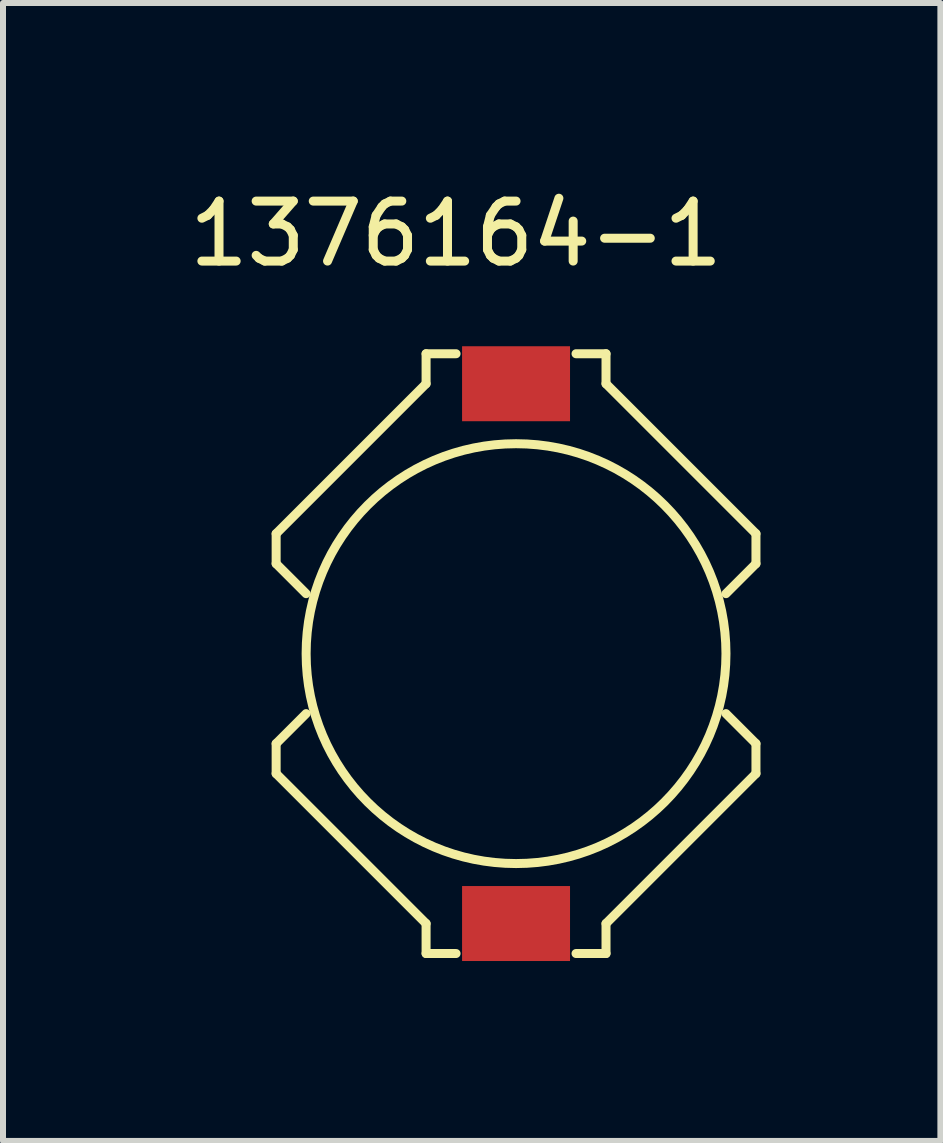
<source format=kicad_pcb>
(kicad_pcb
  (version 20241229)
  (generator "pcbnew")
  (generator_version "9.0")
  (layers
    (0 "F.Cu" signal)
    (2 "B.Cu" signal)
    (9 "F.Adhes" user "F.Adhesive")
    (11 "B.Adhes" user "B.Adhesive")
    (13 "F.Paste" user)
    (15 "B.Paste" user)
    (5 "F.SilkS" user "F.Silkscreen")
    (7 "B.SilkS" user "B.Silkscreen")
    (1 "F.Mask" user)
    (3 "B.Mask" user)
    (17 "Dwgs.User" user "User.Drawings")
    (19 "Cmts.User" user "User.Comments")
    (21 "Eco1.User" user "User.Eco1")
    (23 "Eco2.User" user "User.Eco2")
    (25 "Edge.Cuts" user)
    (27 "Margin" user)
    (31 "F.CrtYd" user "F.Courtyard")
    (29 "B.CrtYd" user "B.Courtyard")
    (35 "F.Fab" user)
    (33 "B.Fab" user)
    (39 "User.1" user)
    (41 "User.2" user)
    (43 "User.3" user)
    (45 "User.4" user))
  (footprint "1376164-1"
    (layer "F.Cu")
    (at 4.554 0.348)
    (property "Reference" "1376164-1" (at 0 0.5 0) (layer "F.SilkS") (effects (font (size 1 1) (thickness 0.15))))
    (attr through_hole)
    (fp_line (start -3 5.5) (end -3 6) (stroke (width 0.15) (type solid)) (layer "F.SilkS"))
    (fp_line (start -3 6) (end -2.5 6.5) (stroke (width 0.15) (type solid)) (layer "F.SilkS"))
    (fp_line (start -3 9) (end -2.5 8.5) (stroke (width 0.15) (type solid)) (layer "F.SilkS"))
    (fp_line (start -3 9.5) (end -3 9) (stroke (width 0.15) (type solid)) (layer "F.SilkS"))
    (fp_line (start -0.5 2.5) (end -0.5 3) (stroke (width 0.15) (type solid)) (layer "F.SilkS"))
    (fp_line (start -0.5 2.5) (end 0 2.5) (stroke (width 0.15) (type solid)) (layer "F.SilkS"))
    (fp_line (start -0.5 3) (end -3 5.5) (stroke (width 0.15) (type solid)) (layer "F.SilkS"))
    (fp_line (start -0.5 12) (end -3 9.5) (stroke (width 0.15) (type solid)) (layer "F.SilkS"))
    (fp_line (start -0.5 12.5) (end -0.5 12) (stroke (width 0.15) (type solid)) (layer "F.SilkS"))
    (fp_line (start -0.5 12.5) (end 0 12.5) (stroke (width 0.15) (type solid)) (layer "F.SilkS"))
    (fp_line (start 2.5 2.5) (end 2 2.5) (stroke (width 0.15) (type solid)) (layer "F.SilkS"))
    (fp_line (start 2.5 3) (end 2.5 2.5) (stroke (width 0.15) (type solid)) (layer "F.SilkS"))
    (fp_line (start 2.5 12) (end 2.5 12.5) (stroke (width 0.15) (type solid)) (layer "F.SilkS"))
    (fp_line (start 2.5 12) (end 5 9.5) (stroke (width 0.15) (type solid)) (layer "F.SilkS"))
    (fp_line (start 2.5 12.5) (end 2 12.5) (stroke (width 0.15) (type solid)) (layer "F.SilkS"))
    (fp_line (start 5 5.5) (end 2.5 3) (stroke (width 0.15) (type solid)) (layer "F.SilkS"))
    (fp_line (start 5 5.5) (end 5 6) (stroke (width 0.15) (type solid)) (layer "F.SilkS"))
    (fp_line (start 5 6) (end 4.5 6.5) (stroke (width 0.15) (type solid)) (layer "F.SilkS"))
    (fp_line (start 5 9) (end 4.5 8.5) (stroke (width 0.15) (type solid)) (layer "F.SilkS"))
    (fp_line (start 5 9.5) (end 5 9) (stroke (width 0.15) (type solid)) (layer "F.SilkS"))
    (fp_circle (center 1 7.5) (end 4.5 7.5) (stroke (width 0.15) (type solid)) (fill no) (layer "F.SilkS"))
    (pad "1" smd rect (at 1 3) (size 1.8 1.25) (layers "F.Cu" "F.Mask" "F.Paste"))
    (pad "2" smd rect (at 1 12) (size 1.8 1.25) (layers "F.Cu" "F.Mask" "F.Paste")))
  (gr_rect
    (start -3 -3)
    (end 12.629 15.973)
    (stroke (width 0.1) (type default))
    (fill no)
    (layer "Edge.Cuts")))
</source>
